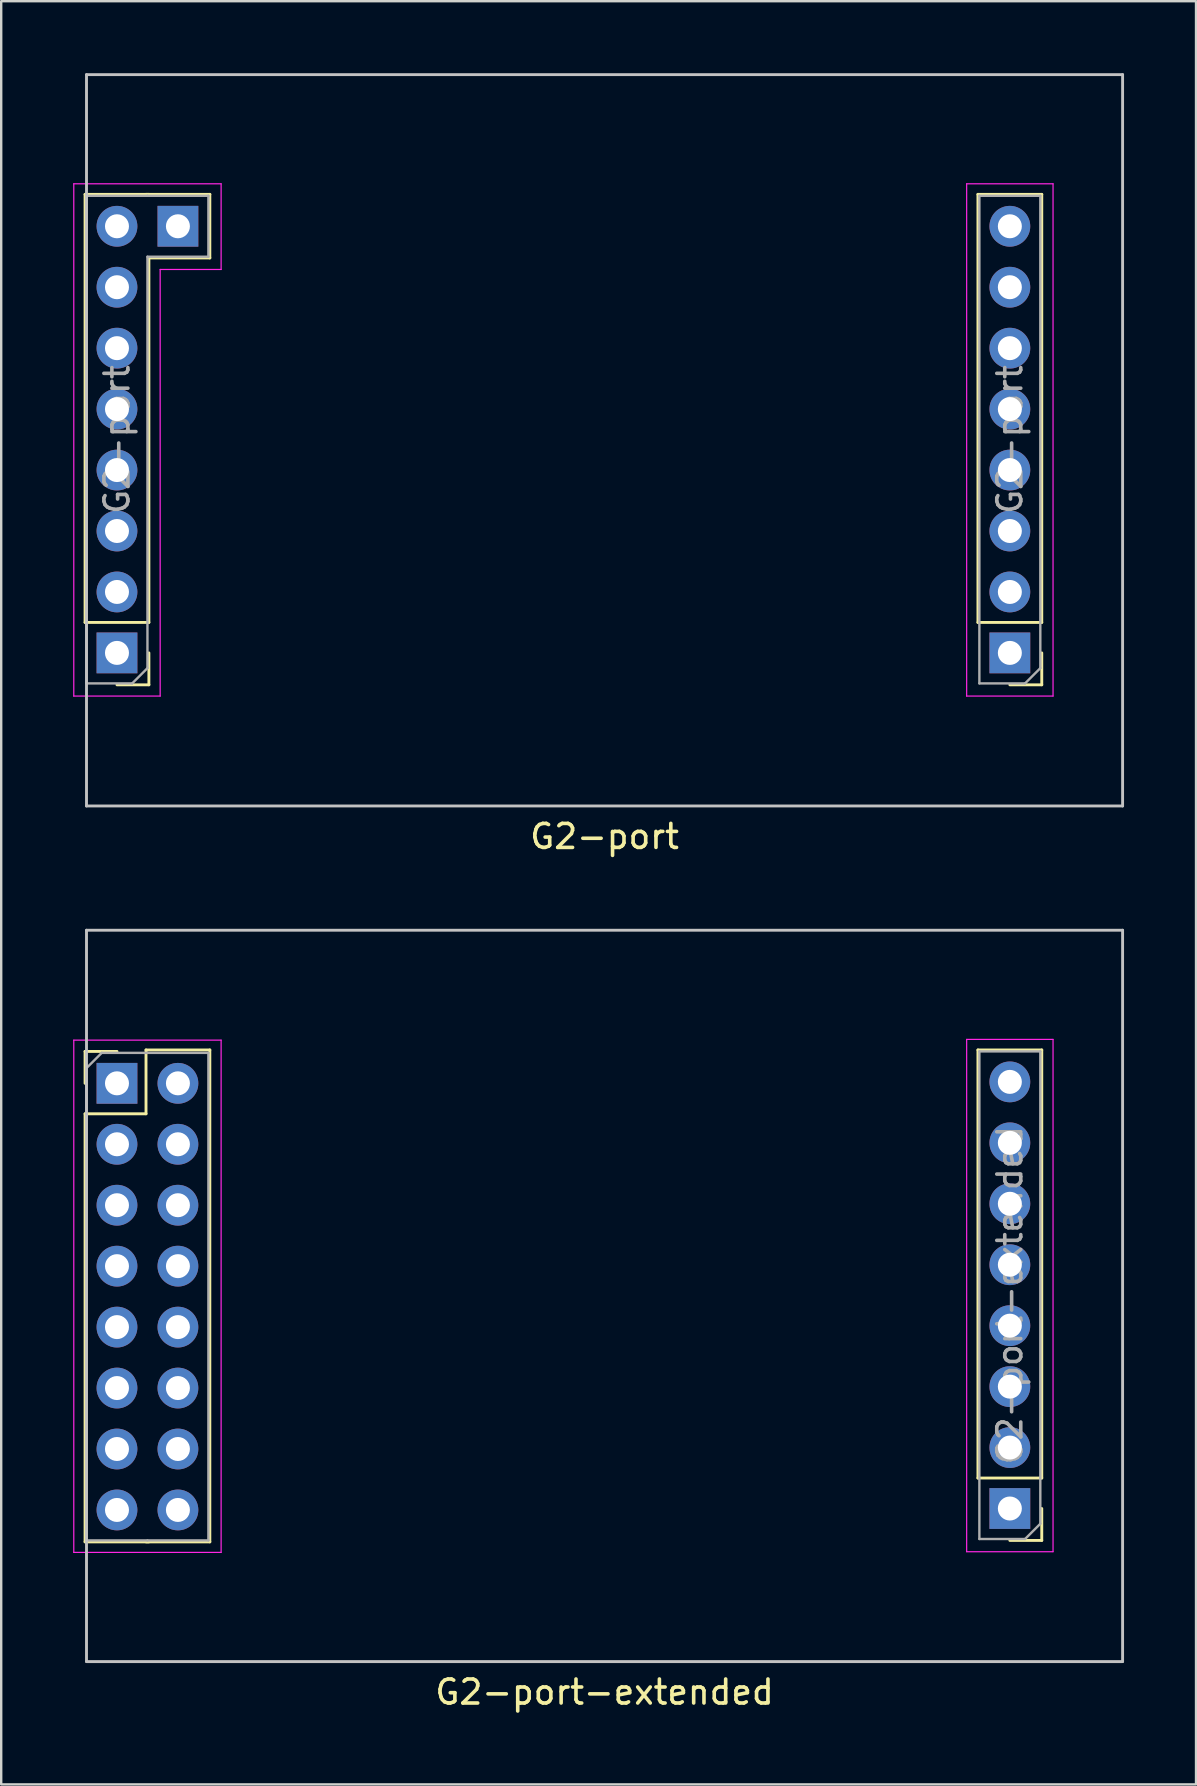
<source format=kicad_pcb>
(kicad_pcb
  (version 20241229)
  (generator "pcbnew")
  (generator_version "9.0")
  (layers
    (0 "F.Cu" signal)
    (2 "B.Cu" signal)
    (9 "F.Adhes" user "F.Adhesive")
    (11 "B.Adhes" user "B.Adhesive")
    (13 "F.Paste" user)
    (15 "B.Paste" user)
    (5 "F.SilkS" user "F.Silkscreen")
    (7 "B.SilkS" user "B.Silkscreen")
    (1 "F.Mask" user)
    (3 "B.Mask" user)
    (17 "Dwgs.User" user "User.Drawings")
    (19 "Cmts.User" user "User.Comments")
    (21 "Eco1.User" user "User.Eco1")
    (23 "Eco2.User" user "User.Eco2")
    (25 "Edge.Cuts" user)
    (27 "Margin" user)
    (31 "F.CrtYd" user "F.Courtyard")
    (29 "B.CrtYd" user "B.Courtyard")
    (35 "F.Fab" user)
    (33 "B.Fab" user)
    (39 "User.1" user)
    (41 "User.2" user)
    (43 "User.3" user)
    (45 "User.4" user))
  (footprint "G2-port-extended"
    (layer "F.Cu")
    (at 22.145 50.958)
    (property "Reference" "G2-port-extended" (at 0 16.51 0) (layer "F.SilkS") (effects (font (size 1 1) (thickness 0.15))))
    (attr through_hole)
    (fp_line (start -21.65 -10.19) (end -20.32 -10.19) (stroke (width 0.12) (type solid)) (layer "F.SilkS"))
    (fp_line (start -21.65 -8.86) (end -21.65 -10.19) (stroke (width 0.12) (type solid)) (layer "F.SilkS"))
    (fp_line (start -21.65 -7.59) (end -21.65 10.25) (stroke (width 0.12) (type solid)) (layer "F.SilkS"))
    (fp_line (start -21.65 -7.59) (end -19.11 -7.59) (stroke (width 0.12) (type solid)) (layer "F.SilkS"))
    (fp_line (start -21.65 10.25) (end -18.99 10.25) (stroke (width 0.12) (type solid)) (layer "F.SilkS"))
    (fp_line (start -19.11 -10.25) (end -16.45 -10.25) (stroke (width 0.12) (type solid)) (layer "F.SilkS"))
    (fp_line (start -19.11 -7.59) (end -19.11 -10.25) (stroke (width 0.12) (type solid)) (layer "F.SilkS"))
    (fp_line (start -19.11 10.25) (end -16.45 10.25) (stroke (width 0.12) (type solid)) (layer "F.SilkS"))
    (fp_line (start -16.45 -10.25) (end -16.45 10.25) (stroke (width 0.12) (type solid)) (layer "F.SilkS"))
    (fp_line (start 15.561 7.59) (end 15.561 -10.25) (stroke (width 0.12) (type solid)) (layer "F.SilkS"))
    (fp_line (start 18.221 -10.25) (end 15.561 -10.25) (stroke (width 0.12) (type solid)) (layer "F.SilkS"))
    (fp_line (start 18.221 7.59) (end 15.561 7.59) (stroke (width 0.12) (type solid)) (layer "F.SilkS"))
    (fp_line (start 18.221 7.59) (end 18.221 -10.25) (stroke (width 0.12) (type solid)) (layer "F.SilkS"))
    (fp_line (start 18.221 8.86) (end 18.221 10.19) (stroke (width 0.12) (type solid)) (layer "F.SilkS"))
    (fp_line (start 18.221 10.19) (end 16.891 10.19) (stroke (width 0.12) (type solid)) (layer "F.SilkS"))
    (fp_line (start -21.59 -15.24) (end 21.59 -15.24) (stroke (width 0.12) (type solid)) (layer "Dwgs.User"))
    (fp_line (start -21.59 15.24) (end -21.59 -15.24) (stroke (width 0.12) (type solid)) (layer "Dwgs.User"))
    (fp_line (start -21.59 15.24) (end 21.59 15.24) (stroke (width 0.12) (type solid)) (layer "Dwgs.User"))
    (fp_line (start 21.59 15.24) (end 21.59 -15.24) (stroke (width 0.12) (type solid)) (layer "Dwgs.User"))
    (fp_line (start -22.12 -10.66) (end -22.12 10.69) (stroke (width 0.05) (type solid)) (layer "F.CrtYd"))
    (fp_line (start -15.98 -10.66) (end -22.12 -10.66) (stroke (width 0.05) (type solid)) (layer "F.CrtYd"))
    (fp_line (start -15.98 10.69) (end -22.12 10.69) (stroke (width 0.05) (type solid)) (layer "F.CrtYd"))
    (fp_line (start -15.98 10.69) (end -15.98 -10.66) (stroke (width 0.05) (type solid)) (layer "F.CrtYd"))
    (fp_line (start 15.091 -10.69) (end 15.091 10.66) (stroke (width 0.05) (type solid)) (layer "F.CrtYd"))
    (fp_line (start 15.091 10.66) (end 18.691 10.66) (stroke (width 0.05) (type solid)) (layer "F.CrtYd"))
    (fp_line (start 18.691 -10.69) (end 15.091 -10.69) (stroke (width 0.05) (type solid)) (layer "F.CrtYd"))
    (fp_line (start 18.691 10.66) (end 18.691 -10.69) (stroke (width 0.05) (type solid)) (layer "F.CrtYd"))
    (fp_line (start -21.59 -9.495) (end -20.955 -10.13) (stroke (width 0.1) (type solid)) (layer "F.Fab"))
    (fp_line (start -21.59 10.19) (end -21.59 -9.495) (stroke (width 0.1) (type solid)) (layer "F.Fab"))
    (fp_line (start -20.955 -10.13) (end -19.05 -10.13) (stroke (width 0.1) (type solid)) (layer "F.Fab"))
    (fp_line (start -19.05 -10.13) (end -16.51 -10.13) (stroke (width 0.1) (type solid)) (layer "F.Fab"))
    (fp_line (start -19.05 10.19) (end -21.59 10.19) (stroke (width 0.1) (type solid)) (layer "F.Fab"))
    (fp_line (start -16.51 -10.13) (end -16.51 10.19) (stroke (width 0.1) (type solid)) (layer "F.Fab"))
    (fp_line (start -16.51 10.19) (end -19.05 10.19) (stroke (width 0.1) (type solid)) (layer "F.Fab"))
    (fp_line (start 15.621 -10.19) (end 18.161 -10.19) (stroke (width 0.1) (type solid)) (layer "F.Fab"))
    (fp_line (start 15.621 10.13) (end 15.621 -10.19) (stroke (width 0.1) (type solid)) (layer "F.Fab"))
    (fp_line (start 17.526 10.13) (end 15.621 10.13) (stroke (width 0.1) (type solid)) (layer "F.Fab"))
    (fp_line (start 18.161 -10.19) (end 18.161 9.495) (stroke (width 0.1) (type solid)) (layer "F.Fab"))
    (fp_line (start 18.161 9.495) (end 17.526 10.13) (stroke (width 0.1) (type solid)) (layer "F.Fab"))
    (fp_text user "${REFERENCE}" (at 16.891 -0.03 270) (layer "F.Fab") (effects (font (size 1 1) (thickness 0.15))))
    (pad "1" thru_hole rect (at -20.32 -8.86) (size 1.7 1.7) (drill 1) (layers "*.Cu" "*.Mask"))
    (pad "2" thru_hole oval (at -20.32 -6.32) (size 1.7 1.7) (drill 1) (layers "*.Cu" "*.Mask"))
    (pad "3" thru_hole oval (at -20.32 -3.78) (size 1.7 1.7) (drill 1) (layers "*.Cu" "*.Mask"))
    (pad "4" thru_hole oval (at -20.32 -1.24) (size 1.7 1.7) (drill 1) (layers "*.Cu" "*.Mask"))
    (pad "5" thru_hole oval (at -20.32 1.3) (size 1.7 1.7) (drill 1) (layers "*.Cu" "*.Mask"))
    (pad "6" thru_hole oval (at -20.32 3.84) (size 1.7 1.7) (drill 1) (layers "*.Cu" "*.Mask"))
    (pad "7" thru_hole oval (at -20.32 6.38) (size 1.7 1.7) (drill 1) (layers "*.Cu" "*.Mask"))
    (pad "8" thru_hole oval (at -20.32 8.92) (size 1.7 1.7) (drill 1) (layers "*.Cu" "*.Mask"))
    (pad "9" thru_hole circle (at -17.78 -8.86) (size 1.7 1.7) (drill 1) (layers "*.Cu" "*.Mask"))
    (pad "10" thru_hole oval (at -17.78 -6.32) (size 1.7 1.7) (drill 1) (layers "*.Cu" "*.Mask"))
    (pad "11" thru_hole oval (at -17.78 -3.78) (size 1.7 1.7) (drill 1) (layers "*.Cu" "*.Mask"))
    (pad "12" thru_hole oval (at -17.78 -1.24) (size 1.7 1.7) (drill 1) (layers "*.Cu" "*.Mask"))
    (pad "13" thru_hole oval (at -17.78 1.3) (size 1.7 1.7) (drill 1) (layers "*.Cu" "*.Mask"))
    (pad "14" thru_hole oval (at -17.78 3.84) (size 1.7 1.7) (drill 1) (layers "*.Cu" "*.Mask"))
    (pad "15" thru_hole oval (at -17.78 6.38) (size 1.7 1.7) (drill 1) (layers "*.Cu" "*.Mask"))
    (pad "16" thru_hole oval (at -17.78 8.92) (size 1.7 1.7) (drill 1) (layers "*.Cu" "*.Mask"))
    (pad "A" thru_hole oval (at 16.891 -8.92 180) (size 1.7 1.7) (drill 1) (layers "*.Cu" "*.Mask"))
    (pad "A" thru_hole oval (at 16.891 -6.38 180) (size 1.7 1.7) (drill 1) (layers "*.Cu" "*.Mask"))
    (pad "B" thru_hole oval (at 16.891 -3.84 180) (size 1.7 1.7) (drill 1) (layers "*.Cu" "*.Mask"))
    (pad "B" thru_hole oval (at 16.891 -1.3 180) (size 1.7 1.7) (drill 1) (layers "*.Cu" "*.Mask"))
    (pad "C" thru_hole oval (at 16.891 1.24 180) (size 1.7 1.7) (drill 1) (layers "*.Cu" "*.Mask"))
    (pad "C" thru_hole oval (at 16.891 3.78 180) (size 1.7 1.7) (drill 1) (layers "*.Cu" "*.Mask"))
    (pad "D" thru_hole oval (at 16.891 6.32 180) (size 1.7 1.7) (drill 1) (layers "*.Cu" "*.Mask"))
    (pad "D" thru_hole rect (at 16.891 8.86 180) (size 1.7 1.7) (drill 1) (layers "*.Cu" "*.Mask")))
  (footprint "G2-port"
    (layer "F.Cu")
    (at 22.145 15.3)
    (property "Reference" "G2-port" (at 0 16.51 0) (layer "F.SilkS") (effects (font (size 1 1) (thickness 0.15))))
    (attr through_hole)
    (fp_line (start -21.65 7.59) (end -21.65 -10.25) (stroke (width 0.12) (type solid)) (layer "F.SilkS"))
    (fp_line (start -19.11 -10.25) (end -16.45 -10.25) (stroke (width 0.12) (type solid)) (layer "F.SilkS"))
    (fp_line (start -18.99 -10.25) (end -21.65 -10.25) (stroke (width 0.12) (type solid)) (layer "F.SilkS"))
    (fp_line (start -18.99 -7.6) (end -16.45 -7.6) (stroke (width 0.12) (type solid)) (layer "F.SilkS"))
    (fp_line (start -18.99 7.59) (end -21.65 7.59) (stroke (width 0.12) (type solid)) (layer "F.SilkS"))
    (fp_line (start -18.99 7.59) (end -18.99 -7.6) (stroke (width 0.12) (type solid)) (layer "F.SilkS"))
    (fp_line (start -18.99 8.86) (end -18.99 10.19) (stroke (width 0.12) (type solid)) (layer "F.SilkS"))
    (fp_line (start -18.99 10.19) (end -20.32 10.19) (stroke (width 0.12) (type solid)) (layer "F.SilkS"))
    (fp_line (start -16.45 -10.25) (end -16.45 -7.6) (stroke (width 0.12) (type solid)) (layer "F.SilkS"))
    (fp_line (start 15.561 7.59) (end 15.561 -10.25) (stroke (width 0.12) (type solid)) (layer "F.SilkS"))
    (fp_line (start 18.221 -10.25) (end 15.561 -10.25) (stroke (width 0.12) (type solid)) (layer "F.SilkS"))
    (fp_line (start 18.221 7.59) (end 15.561 7.59) (stroke (width 0.12) (type solid)) (layer "F.SilkS"))
    (fp_line (start 18.221 7.59) (end 18.221 -10.25) (stroke (width 0.12) (type solid)) (layer "F.SilkS"))
    (fp_line (start 18.221 8.86) (end 18.221 10.19) (stroke (width 0.12) (type solid)) (layer "F.SilkS"))
    (fp_line (start 18.221 10.19) (end 16.891 10.19) (stroke (width 0.12) (type solid)) (layer "F.SilkS"))
    (fp_line (start -21.59 -15.24) (end -21.59 15.24) (stroke (width 0.12) (type solid)) (layer "Dwgs.User"))
    (fp_line (start -21.59 -15.24) (end 21.59 -15.24) (stroke (width 0.12) (type solid)) (layer "Dwgs.User"))
    (fp_line (start -21.59 15.24) (end 21.59 15.24) (stroke (width 0.12) (type solid)) (layer "Dwgs.User"))
    (fp_line (start 21.59 15.24) (end 21.59 -15.24) (stroke (width 0.12) (type solid)) (layer "Dwgs.User"))
    (fp_line (start -22.12 -10.69) (end -22.12 10.66) (stroke (width 0.05) (type solid)) (layer "F.CrtYd"))
    (fp_line (start -22.12 10.66) (end -18.52 10.66) (stroke (width 0.05) (type solid)) (layer "F.CrtYd"))
    (fp_line (start -18.52 -7.12) (end -15.98 -7.12) (stroke (width 0.05) (type solid)) (layer "F.CrtYd"))
    (fp_line (start -18.52 10.66) (end -18.52 -7.12) (stroke (width 0.05) (type solid)) (layer "F.CrtYd"))
    (fp_line (start -15.98 -10.69) (end -22.12 -10.69) (stroke (width 0.05) (type solid)) (layer "F.CrtYd"))
    (fp_line (start -15.98 -7.12) (end -15.98 -10.69) (stroke (width 0.05) (type solid)) (layer "F.CrtYd"))
    (fp_line (start 15.091 -10.69) (end 15.091 10.66) (stroke (width 0.05) (type solid)) (layer "F.CrtYd"))
    (fp_line (start 15.091 10.66) (end 18.691 10.66) (stroke (width 0.05) (type solid)) (layer "F.CrtYd"))
    (fp_line (start 18.691 -10.69) (end 15.091 -10.69) (stroke (width 0.05) (type solid)) (layer "F.CrtYd"))
    (fp_line (start 18.691 10.66) (end 18.691 -10.69) (stroke (width 0.05) (type solid)) (layer "F.CrtYd"))
    (fp_line (start -21.59 -10.19) (end -19.05 -10.19) (stroke (width 0.1) (type solid)) (layer "F.Fab"))
    (fp_line (start -21.59 10.13) (end -21.59 -10.19) (stroke (width 0.1) (type solid)) (layer "F.Fab"))
    (fp_line (start -19.685 10.13) (end -21.59 10.13) (stroke (width 0.1) (type solid)) (layer "F.Fab"))
    (fp_line (start -19.05 -10.19) (end -16.51 -10.19) (stroke (width 0.1) (type solid)) (layer "F.Fab"))
    (fp_line (start -19.05 -7.65) (end -19.05 9.495) (stroke (width 0.1) (type solid)) (layer "F.Fab"))
    (fp_line (start -19.05 9.495) (end -19.685 10.13) (stroke (width 0.1) (type solid)) (layer "F.Fab"))
    (fp_line (start -16.51 -10.19) (end -16.51 -7.65) (stroke (width 0.1) (type solid)) (layer "F.Fab"))
    (fp_line (start -16.51 -7.65) (end -19.05 -7.65) (stroke (width 0.1) (type solid)) (layer "F.Fab"))
    (fp_line (start 15.621 -10.19) (end 18.161 -10.19) (stroke (width 0.1) (type solid)) (layer "F.Fab"))
    (fp_line (start 15.621 10.13) (end 15.621 -10.19) (stroke (width 0.1) (type solid)) (layer "F.Fab"))
    (fp_line (start 17.526 10.13) (end 15.621 10.13) (stroke (width 0.1) (type solid)) (layer "F.Fab"))
    (fp_line (start 18.161 -10.19) (end 18.161 9.495) (stroke (width 0.1) (type solid)) (layer "F.Fab"))
    (fp_line (start 18.161 9.495) (end 17.526 10.13) (stroke (width 0.1) (type solid)) (layer "F.Fab"))
    (fp_text user "${REFERENCE}" (at 16.891 -0.03 270) (layer "F.Fab") (effects (font (size 1 1) (thickness 0.15))))
    (fp_text user "${REFERENCE}" (at -20.32 -0.03 270) (layer "F.Fab") (effects (font (size 1 1) (thickness 0.15))))
    (pad "1" thru_hole rect (at -20.32 8.86 180) (size 1.7 1.7) (drill 1) (layers "*.Cu" "*.Mask"))
    (pad "1" thru_hole rect (at -17.78 -8.92) (size 1.7 1.7) (drill 1) (layers "*.Cu" "*.Mask"))
    (pad "2" thru_hole oval (at -20.32 -8.92 180) (size 1.7 1.7) (drill 1) (layers "*.Cu" "*.Mask"))
    (pad "3" thru_hole oval (at -20.32 -6.38 180) (size 1.7 1.7) (drill 1) (layers "*.Cu" "*.Mask"))
    (pad "4" thru_hole oval (at -20.32 -3.84 180) (size 1.7 1.7) (drill 1) (layers "*.Cu" "*.Mask"))
    (pad "5" thru_hole oval (at -20.32 -1.3 180) (size 1.7 1.7) (drill 1) (layers "*.Cu" "*.Mask"))
    (pad "6" thru_hole oval (at -20.32 1.24 180) (size 1.7 1.7) (drill 1) (layers "*.Cu" "*.Mask"))
    (pad "7" thru_hole oval (at -20.32 3.78 180) (size 1.7 1.7) (drill 1) (layers "*.Cu" "*.Mask"))
    (pad "8" thru_hole oval (at -20.32 6.32 180) (size 1.7 1.7) (drill 1) (layers "*.Cu" "*.Mask"))
    (pad "9" thru_hole oval (at 16.891 -8.92 180) (size 1.7 1.7) (drill 1) (layers "*.Cu" "*.Mask"))
    (pad "9" thru_hole oval (at 16.891 -6.38 180) (size 1.7 1.7) (drill 1) (layers "*.Cu" "*.Mask"))
    (pad "10" thru_hole oval (at 16.891 -3.84 180) (size 1.7 1.7) (drill 1) (layers "*.Cu" "*.Mask"))
    (pad "10" thru_hole oval (at 16.891 -1.3 180) (size 1.7 1.7) (drill 1) (layers "*.Cu" "*.Mask"))
    (pad "11" thru_hole oval (at 16.891 1.24 180) (size 1.7 1.7) (drill 1) (layers "*.Cu" "*.Mask"))
    (pad "11" thru_hole oval (at 16.891 3.78 180) (size 1.7 1.7) (drill 1) (layers "*.Cu" "*.Mask"))
    (pad "12" thru_hole oval (at 16.891 6.32 180) (size 1.7 1.7) (drill 1) (layers "*.Cu" "*.Mask"))
    (pad "12" thru_hole rect (at 16.891 8.86 180) (size 1.7 1.7) (drill 1) (layers "*.Cu" "*.Mask")))
  (gr_rect
    (start -3 -3)
    (end 46.795 71.317)
    (stroke (width 0.1) (type default))
    (fill no)
    (layer "Edge.Cuts")))
</source>
